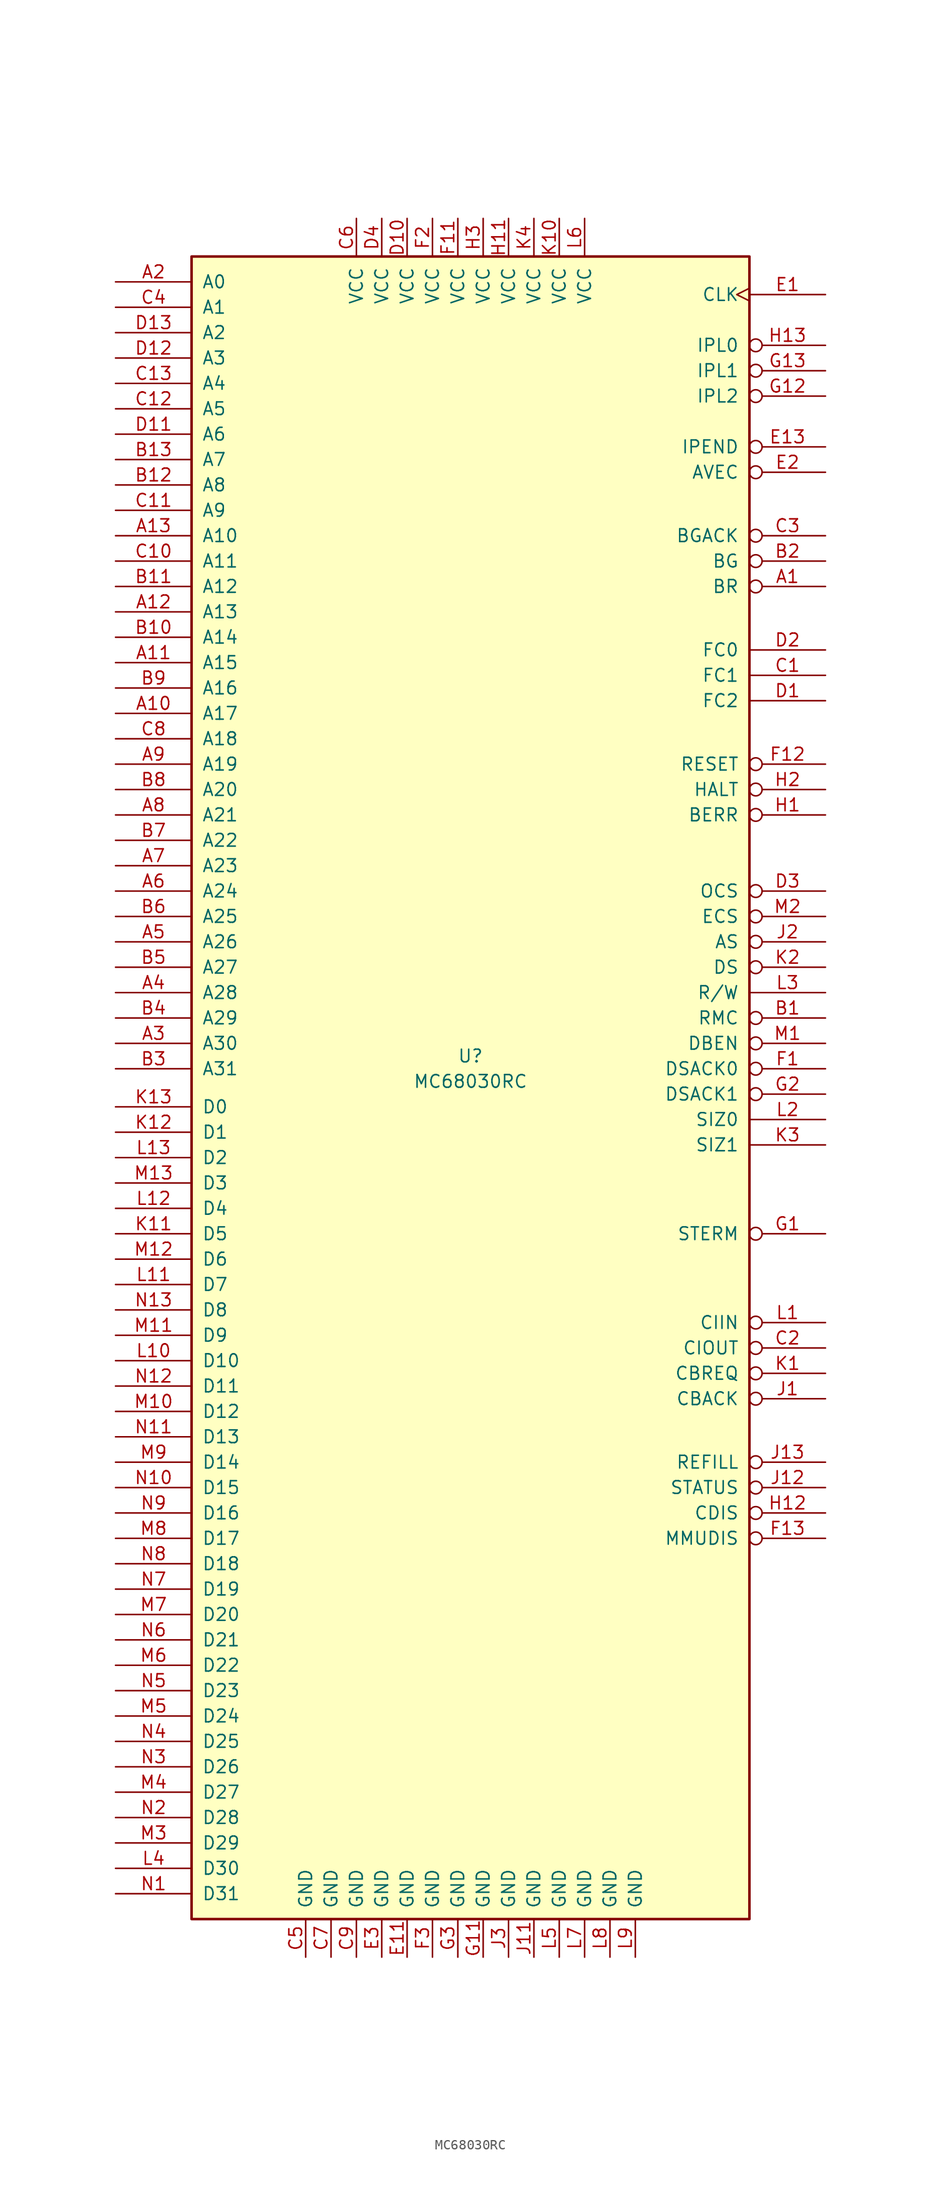
<source format=kicad_sym>
(kicad_symbol_lib
  (version 20231120)
  (generator "kicad_symbol_editor")
  (generator_version "8.0")
  (symbol "MC68030RC"
    (pin_names
      (offset 1.016))
    (property "Reference" "U"
      (at 0 2.54 0)
      (effects (font (size 1.27 1.27))))
    (property "Value" "MC68030RC"
      (at 0 0 0)
      (effects (font (size 1.27 1.27))))
    (symbol "MC68030RC_1_1"
      (rectangle (start -27.94 82.55) (end 27.94 -83.82) (stroke (width 0.254) (type default)) (fill (type background)))
      (pin input inverted (at 35.56 49.53 180) (length 7.62) (name "BR" (effects (font (size 1.27 1.27)))) (number "A1" (effects (font (size 1.27 1.27)))))
      (pin output line (at -35.56 36.83 0) (length 7.62) (name "A17" (effects (font (size 1.27 1.27)))) (number "A10" (effects (font (size 1.27 1.27)))))
      (pin output line (at -35.56 41.91 0) (length 7.62) (name "A15" (effects (font (size 1.27 1.27)))) (number "A11" (effects (font (size 1.27 1.27)))))
      (pin output line (at -35.56 46.99 0) (length 7.62) (name "A13" (effects (font (size 1.27 1.27)))) (number "A12" (effects (font (size 1.27 1.27)))))
      (pin output line (at -35.56 54.61 0) (length 7.62) (name "A10" (effects (font (size 1.27 1.27)))) (number "A13" (effects (font (size 1.27 1.27)))))
      (pin output line (at -35.56 80.01 0) (length 7.62) (name "A0" (effects (font (size 1.27 1.27)))) (number "A2" (effects (font (size 1.27 1.27)))))
      (pin output line (at -35.56 3.81 0) (length 7.62) (name "A30" (effects (font (size 1.27 1.27)))) (number "A3" (effects (font (size 1.27 1.27)))))
      (pin output line (at -35.56 8.89 0) (length 7.62) (name "A28" (effects (font (size 1.27 1.27)))) (number "A4" (effects (font (size 1.27 1.27)))))
      (pin output line (at -35.56 13.97 0) (length 7.62) (name "A26" (effects (font (size 1.27 1.27)))) (number "A5" (effects (font (size 1.27 1.27)))))
      (pin output line (at -35.56 19.05 0) (length 7.62) (name "A24" (effects (font (size 1.27 1.27)))) (number "A6" (effects (font (size 1.27 1.27)))))
      (pin output line (at -35.56 21.59 0) (length 7.62) (name "A23" (effects (font (size 1.27 1.27)))) (number "A7" (effects (font (size 1.27 1.27)))))
      (pin output line (at -35.56 26.67 0) (length 7.62) (name "A21" (effects (font (size 1.27 1.27)))) (number "A8" (effects (font (size 1.27 1.27)))))
      (pin output line (at -35.56 31.75 0) (length 7.62) (name "A19" (effects (font (size 1.27 1.27)))) (number "A9" (effects (font (size 1.27 1.27)))))
      (pin output inverted (at 35.56 6.35 180) (length 7.62) (name "RMC" (effects (font (size 1.27 1.27)))) (number "B1" (effects (font (size 1.27 1.27)))))
      (pin output line (at -35.56 44.45 0) (length 7.62) (name "A14" (effects (font (size 1.27 1.27)))) (number "B10" (effects (font (size 1.27 1.27)))))
      (pin output line (at -35.56 49.53 0) (length 7.62) (name "A12" (effects (font (size 1.27 1.27)))) (number "B11" (effects (font (size 1.27 1.27)))))
      (pin output line (at -35.56 59.69 0) (length 7.62) (name "A8" (effects (font (size 1.27 1.27)))) (number "B12" (effects (font (size 1.27 1.27)))))
      (pin output line (at -35.56 62.23 0) (length 7.62) (name "A7" (effects (font (size 1.27 1.27)))) (number "B13" (effects (font (size 1.27 1.27)))))
      (pin output inverted (at 35.56 52.07 180) (length 7.62) (name "BG" (effects (font (size 1.27 1.27)))) (number "B2" (effects (font (size 1.27 1.27)))))
      (pin output line (at -35.56 1.27 0) (length 7.62) (name "A31" (effects (font (size 1.27 1.27)))) (number "B3" (effects (font (size 1.27 1.27)))))
      (pin output line (at -35.56 6.35 0) (length 7.62) (name "A29" (effects (font (size 1.27 1.27)))) (number "B4" (effects (font (size 1.27 1.27)))))
      (pin output line (at -35.56 11.43 0) (length 7.62) (name "A27" (effects (font (size 1.27 1.27)))) (number "B5" (effects (font (size 1.27 1.27)))))
      (pin output line (at -35.56 16.51 0) (length 7.62) (name "A25" (effects (font (size 1.27 1.27)))) (number "B6" (effects (font (size 1.27 1.27)))))
      (pin output line (at -35.56 24.13 0) (length 7.62) (name "A22" (effects (font (size 1.27 1.27)))) (number "B7" (effects (font (size 1.27 1.27)))))
      (pin output line (at -35.56 29.21 0) (length 7.62) (name "A20" (effects (font (size 1.27 1.27)))) (number "B8" (effects (font (size 1.27 1.27)))))
      (pin output line (at -35.56 39.37 0) (length 7.62) (name "A16" (effects (font (size 1.27 1.27)))) (number "B9" (effects (font (size 1.27 1.27)))))
      (pin output line (at 35.56 40.64 180) (length 7.62) (name "FC1" (effects (font (size 1.27 1.27)))) (number "C1" (effects (font (size 1.27 1.27)))))
      (pin output line (at -35.56 52.07 0) (length 7.62) (name "A11" (effects (font (size 1.27 1.27)))) (number "C10" (effects (font (size 1.27 1.27)))))
      (pin output line (at -35.56 57.15 0) (length 7.62) (name "A9" (effects (font (size 1.27 1.27)))) (number "C11" (effects (font (size 1.27 1.27)))))
      (pin output line (at -35.56 67.31 0) (length 7.62) (name "A5" (effects (font (size 1.27 1.27)))) (number "C12" (effects (font (size 1.27 1.27)))))
      (pin output line (at -35.56 69.85 0) (length 7.62) (name "A4" (effects (font (size 1.27 1.27)))) (number "C13" (effects (font (size 1.27 1.27)))))
      (pin output inverted (at 35.56 -26.67 180) (length 7.62) (name "CIOUT" (effects (font (size 1.27 1.27)))) (number "C2" (effects (font (size 1.27 1.27)))))
      (pin input inverted (at 35.56 54.61 180) (length 7.62) (name "BGACK" (effects (font (size 1.27 1.27)))) (number "C3" (effects (font (size 1.27 1.27)))))
      (pin output line (at -35.56 77.47 0) (length 7.62) (name "A1" (effects (font (size 1.27 1.27)))) (number "C4" (effects (font (size 1.27 1.27)))))
      (pin power_in line (at -16.51 -87.63 90) (length 3.81) (name "GND" (effects (font (size 1.27 1.27)))) (number "C5" (effects (font (size 1.27 1.27)))))
      (pin power_in line (at -11.43 86.36 270) (length 3.81) (name "VCC" (effects (font (size 1.27 1.27)))) (number "C6" (effects (font (size 1.27 1.27)))))
      (pin power_in line (at -13.97 -87.63 90) (length 3.81) (name "GND" (effects (font (size 1.27 1.27)))) (number "C7" (effects (font (size 1.27 1.27)))))
      (pin output line (at -35.56 34.29 0) (length 7.62) (name "A18" (effects (font (size 1.27 1.27)))) (number "C8" (effects (font (size 1.27 1.27)))))
      (pin power_in line (at -11.43 -87.63 90) (length 3.81) (name "GND" (effects (font (size 1.27 1.27)))) (number "C9" (effects (font (size 1.27 1.27)))))
      (pin output line (at 35.56 38.1 180) (length 7.62) (name "FC2" (effects (font (size 1.27 1.27)))) (number "D1" (effects (font (size 1.27 1.27)))))
      (pin power_in line (at -6.35 86.36 270) (length 3.81) (name "VCC" (effects (font (size 1.27 1.27)))) (number "D10" (effects (font (size 1.27 1.27)))))
      (pin output line (at -35.56 64.77 0) (length 7.62) (name "A6" (effects (font (size 1.27 1.27)))) (number "D11" (effects (font (size 1.27 1.27)))))
      (pin output line (at -35.56 72.39 0) (length 7.62) (name "A3" (effects (font (size 1.27 1.27)))) (number "D12" (effects (font (size 1.27 1.27)))))
      (pin output line (at -35.56 74.93 0) (length 7.62) (name "A2" (effects (font (size 1.27 1.27)))) (number "D13" (effects (font (size 1.27 1.27)))))
      (pin output line (at 35.56 43.18 180) (length 7.62) (name "FC0" (effects (font (size 1.27 1.27)))) (number "D2" (effects (font (size 1.27 1.27)))))
      (pin input inverted (at 35.56 19.05 180) (length 7.62) (name "OCS" (effects (font (size 1.27 1.27)))) (number "D3" (effects (font (size 1.27 1.27)))))
      (pin power_in line (at -8.89 86.36 270) (length 3.81) (name "VCC" (effects (font (size 1.27 1.27)))) (number "D4" (effects (font (size 1.27 1.27)))))
      (pin no_connect line (at 27.94 -54.61 180) (length 0) hide (name "NC" (effects (font (size 1.27 1.27)))) (number "D5" (effects (font (size 1.27 1.27)))))
      (pin input clock (at 35.56 78.74 180) (length 7.62) (name "CLK" (effects (font (size 1.27 1.27)))) (number "E1" (effects (font (size 1.27 1.27)))))
      (pin power_in line (at -6.35 -87.63 90) (length 3.81) (name "GND" (effects (font (size 1.27 1.27)))) (number "E11" (effects (font (size 1.27 1.27)))))
      (pin no_connect line (at 27.94 -57.15 180) (length 0) hide (name "NC" (effects (font (size 1.27 1.27)))) (number "E12" (effects (font (size 1.27 1.27)))))
      (pin output inverted (at 35.56 63.5 180) (length 7.62) (name "IPEND" (effects (font (size 1.27 1.27)))) (number "E13" (effects (font (size 1.27 1.27)))))
      (pin input inverted (at 35.56 60.96 180) (length 7.62) (name "AVEC" (effects (font (size 1.27 1.27)))) (number "E2" (effects (font (size 1.27 1.27)))))
      (pin power_in line (at -8.89 -87.63 90) (length 3.81) (name "GND" (effects (font (size 1.27 1.27)))) (number "E3" (effects (font (size 1.27 1.27)))))
      (pin input inverted (at 35.56 1.27 180) (length 7.62) (name "DSACK0" (effects (font (size 1.27 1.27)))) (number "F1" (effects (font (size 1.27 1.27)))))
      (pin no_connect line (at 27.94 -62.23 180) (length 0) hide (name "NC" (effects (font (size 1.27 1.27)))) (number "F10" (effects (font (size 1.27 1.27)))))
      (pin power_in line (at -1.27 86.36 270) (length 3.81) (name "VCC" (effects (font (size 1.27 1.27)))) (number "F11" (effects (font (size 1.27 1.27)))))
      (pin bidirectional inverted (at 35.56 31.75 180) (length 7.62) (name "RESET" (effects (font (size 1.27 1.27)))) (number "F12" (effects (font (size 1.27 1.27)))))
      (pin input inverted (at 35.56 -45.72 180) (length 7.62) (name "MMUDIS" (effects (font (size 1.27 1.27)))) (number "F13" (effects (font (size 1.27 1.27)))))
      (pin power_in line (at -3.81 86.36 270) (length 3.81) (name "VCC" (effects (font (size 1.27 1.27)))) (number "F2" (effects (font (size 1.27 1.27)))))
      (pin power_in line (at -3.81 -87.63 90) (length 3.81) (name "GND" (effects (font (size 1.27 1.27)))) (number "F3" (effects (font (size 1.27 1.27)))))
      (pin no_connect line (at 27.94 -59.69 180) (length 0) hide (name "NC" (effects (font (size 1.27 1.27)))) (number "F4" (effects (font (size 1.27 1.27)))))
      (pin input inverted (at 35.56 -15.24 180) (length 7.62) (name "STERM" (effects (font (size 1.27 1.27)))) (number "G1" (effects (font (size 1.27 1.27)))))
      (pin power_in line (at 1.27 -87.63 90) (length 3.81) (name "GND" (effects (font (size 1.27 1.27)))) (number "G11" (effects (font (size 1.27 1.27)))))
      (pin input inverted (at 35.56 68.58 180) (length 7.62) (name "IPL2" (effects (font (size 1.27 1.27)))) (number "G12" (effects (font (size 1.27 1.27)))))
      (pin input inverted (at 35.56 71.12 180) (length 7.62) (name "IPL1" (effects (font (size 1.27 1.27)))) (number "G13" (effects (font (size 1.27 1.27)))))
      (pin input inverted (at 35.56 -1.27 180) (length 7.62) (name "DSACK1" (effects (font (size 1.27 1.27)))) (number "G2" (effects (font (size 1.27 1.27)))))
      (pin power_in line (at -1.27 -87.63 90) (length 3.81) (name "GND" (effects (font (size 1.27 1.27)))) (number "G3" (effects (font (size 1.27 1.27)))))
      (pin input inverted (at 35.56 26.67 180) (length 7.62) (name "BERR" (effects (font (size 1.27 1.27)))) (number "H1" (effects (font (size 1.27 1.27)))))
      (pin power_in line (at 3.81 86.36 270) (length 3.81) (name "VCC" (effects (font (size 1.27 1.27)))) (number "H11" (effects (font (size 1.27 1.27)))))
      (pin input inverted (at 35.56 -43.18 180) (length 7.62) (name "CDIS" (effects (font (size 1.27 1.27)))) (number "H12" (effects (font (size 1.27 1.27)))))
      (pin input inverted (at 35.56 73.66 180) (length 7.62) (name "IPL0" (effects (font (size 1.27 1.27)))) (number "H13" (effects (font (size 1.27 1.27)))))
      (pin input inverted (at 35.56 29.21 180) (length 7.62) (name "HALT" (effects (font (size 1.27 1.27)))) (number "H2" (effects (font (size 1.27 1.27)))))
      (pin power_in line (at 1.27 86.36 270) (length 3.81) (name "VCC" (effects (font (size 1.27 1.27)))) (number "H3" (effects (font (size 1.27 1.27)))))
      (pin input inverted (at 35.56 -31.75 180) (length 7.62) (name "CBACK" (effects (font (size 1.27 1.27)))) (number "J1" (effects (font (size 1.27 1.27)))))
      (pin power_in line (at 6.35 -87.63 90) (length 3.81) (name "GND" (effects (font (size 1.27 1.27)))) (number "J11" (effects (font (size 1.27 1.27)))))
      (pin output inverted (at 35.56 -40.64 180) (length 7.62) (name "STATUS" (effects (font (size 1.27 1.27)))) (number "J12" (effects (font (size 1.27 1.27)))))
      (pin output inverted (at 35.56 -38.1 180) (length 7.62) (name "REFILL" (effects (font (size 1.27 1.27)))) (number "J13" (effects (font (size 1.27 1.27)))))
      (pin output inverted (at 35.56 13.97 180) (length 7.62) (name "AS" (effects (font (size 1.27 1.27)))) (number "J2" (effects (font (size 1.27 1.27)))))
      (pin power_in line (at 3.81 -87.63 90) (length 3.81) (name "GND" (effects (font (size 1.27 1.27)))) (number "J3" (effects (font (size 1.27 1.27)))))
      (pin output inverted (at 35.56 -29.21 180) (length 7.62) (name "CBREQ" (effects (font (size 1.27 1.27)))) (number "K1" (effects (font (size 1.27 1.27)))))
      (pin power_in line (at 8.89 86.36 270) (length 3.81) (name "VCC" (effects (font (size 1.27 1.27)))) (number "K10" (effects (font (size 1.27 1.27)))))
      (pin bidirectional line (at -35.56 -15.24 0) (length 7.62) (name "D5" (effects (font (size 1.27 1.27)))) (number "K11" (effects (font (size 1.27 1.27)))))
      (pin bidirectional line (at -35.56 -5.08 0) (length 7.62) (name "D1" (effects (font (size 1.27 1.27)))) (number "K12" (effects (font (size 1.27 1.27)))))
      (pin bidirectional line (at -35.56 -2.54 0) (length 7.62) (name "D0" (effects (font (size 1.27 1.27)))) (number "K13" (effects (font (size 1.27 1.27)))))
      (pin output inverted (at 35.56 11.43 180) (length 7.62) (name "DS" (effects (font (size 1.27 1.27)))) (number "K2" (effects (font (size 1.27 1.27)))))
      (pin output line (at 35.56 -6.35 180) (length 7.62) (name "SIZ1" (effects (font (size 1.27 1.27)))) (number "K3" (effects (font (size 1.27 1.27)))))
      (pin power_in line (at 6.35 86.36 270) (length 3.81) (name "VCC" (effects (font (size 1.27 1.27)))) (number "K4" (effects (font (size 1.27 1.27)))))
      (pin no_connect line (at 27.94 -64.77 180) (length 0) hide (name "NC" (effects (font (size 1.27 1.27)))) (number "K5" (effects (font (size 1.27 1.27)))))
      (pin input inverted (at 35.56 -24.13 180) (length 7.62) (name "CIIN" (effects (font (size 1.27 1.27)))) (number "L1" (effects (font (size 1.27 1.27)))))
      (pin bidirectional line (at -35.56 -27.94 0) (length 7.62) (name "D10" (effects (font (size 1.27 1.27)))) (number "L10" (effects (font (size 1.27 1.27)))))
      (pin bidirectional line (at -35.56 -20.32 0) (length 7.62) (name "D7" (effects (font (size 1.27 1.27)))) (number "L11" (effects (font (size 1.27 1.27)))))
      (pin bidirectional line (at -35.56 -12.7 0) (length 7.62) (name "D4" (effects (font (size 1.27 1.27)))) (number "L12" (effects (font (size 1.27 1.27)))))
      (pin bidirectional line (at -35.56 -7.62 0) (length 7.62) (name "D2" (effects (font (size 1.27 1.27)))) (number "L13" (effects (font (size 1.27 1.27)))))
      (pin output line (at 35.56 -3.81 180) (length 7.62) (name "SIZ0" (effects (font (size 1.27 1.27)))) (number "L2" (effects (font (size 1.27 1.27)))))
      (pin output line (at 35.56 8.89 180) (length 7.62) (name "R/W" (effects (font (size 1.27 1.27)))) (number "L3" (effects (font (size 1.27 1.27)))))
      (pin bidirectional line (at -35.56 -78.74 0) (length 7.62) (name "D30" (effects (font (size 1.27 1.27)))) (number "L4" (effects (font (size 1.27 1.27)))))
      (pin power_in line (at 8.89 -87.63 90) (length 3.81) (name "GND" (effects (font (size 1.27 1.27)))) (number "L5" (effects (font (size 1.27 1.27)))))
      (pin power_in line (at 11.43 86.36 270) (length 3.81) (name "VCC" (effects (font (size 1.27 1.27)))) (number "L6" (effects (font (size 1.27 1.27)))))
      (pin power_in line (at 11.43 -87.63 90) (length 3.81) (name "GND" (effects (font (size 1.27 1.27)))) (number "L7" (effects (font (size 1.27 1.27)))))
      (pin power_in line (at 13.97 -87.63 90) (length 3.81) (name "GND" (effects (font (size 1.27 1.27)))) (number "L8" (effects (font (size 1.27 1.27)))))
      (pin power_in line (at 16.51 -87.63 90) (length 3.81) (name "GND" (effects (font (size 1.27 1.27)))) (number "L9" (effects (font (size 1.27 1.27)))))
      (pin output inverted (at 35.56 3.81 180) (length 7.62) (name "DBEN" (effects (font (size 1.27 1.27)))) (number "M1" (effects (font (size 1.27 1.27)))))
      (pin bidirectional line (at -35.56 -33.02 0) (length 7.62) (name "D12" (effects (font (size 1.27 1.27)))) (number "M10" (effects (font (size 1.27 1.27)))))
      (pin bidirectional line (at -35.56 -25.4 0) (length 7.62) (name "D9" (effects (font (size 1.27 1.27)))) (number "M11" (effects (font (size 1.27 1.27)))))
      (pin bidirectional line (at -35.56 -17.78 0) (length 7.62) (name "D6" (effects (font (size 1.27 1.27)))) (number "M12" (effects (font (size 1.27 1.27)))))
      (pin bidirectional line (at -35.56 -10.16 0) (length 7.62) (name "D3" (effects (font (size 1.27 1.27)))) (number "M13" (effects (font (size 1.27 1.27)))))
      (pin output inverted (at 35.56 16.51 180) (length 7.62) (name "ECS" (effects (font (size 1.27 1.27)))) (number "M2" (effects (font (size 1.27 1.27)))))
      (pin bidirectional line (at -35.56 -76.2 0) (length 7.62) (name "D29" (effects (font (size 1.27 1.27)))) (number "M3" (effects (font (size 1.27 1.27)))))
      (pin bidirectional line (at -35.56 -71.12 0) (length 7.62) (name "D27" (effects (font (size 1.27 1.27)))) (number "M4" (effects (font (size 1.27 1.27)))))
      (pin bidirectional line (at -35.56 -63.5 0) (length 7.62) (name "D24" (effects (font (size 1.27 1.27)))) (number "M5" (effects (font (size 1.27 1.27)))))
      (pin bidirectional line (at -35.56 -58.42 0) (length 7.62) (name "D22" (effects (font (size 1.27 1.27)))) (number "M6" (effects (font (size 1.27 1.27)))))
      (pin bidirectional line (at -35.56 -53.34 0) (length 7.62) (name "D20" (effects (font (size 1.27 1.27)))) (number "M7" (effects (font (size 1.27 1.27)))))
      (pin bidirectional line (at -35.56 -45.72 0) (length 7.62) (name "D17" (effects (font (size 1.27 1.27)))) (number "M8" (effects (font (size 1.27 1.27)))))
      (pin bidirectional line (at -35.56 -38.1 0) (length 7.62) (name "D14" (effects (font (size 1.27 1.27)))) (number "M9" (effects (font (size 1.27 1.27)))))
      (pin bidirectional line (at -35.56 -81.28 0) (length 7.62) (name "D31" (effects (font (size 1.27 1.27)))) (number "N1" (effects (font (size 1.27 1.27)))))
      (pin bidirectional line (at -35.56 -40.64 0) (length 7.62) (name "D15" (effects (font (size 1.27 1.27)))) (number "N10" (effects (font (size 1.27 1.27)))))
      (pin bidirectional line (at -35.56 -35.56 0) (length 7.62) (name "D13" (effects (font (size 1.27 1.27)))) (number "N11" (effects (font (size 1.27 1.27)))))
      (pin bidirectional line (at -35.56 -30.48 0) (length 7.62) (name "D11" (effects (font (size 1.27 1.27)))) (number "N12" (effects (font (size 1.27 1.27)))))
      (pin bidirectional line (at -35.56 -22.86 0) (length 7.62) (name "D8" (effects (font (size 1.27 1.27)))) (number "N13" (effects (font (size 1.27 1.27)))))
      (pin bidirectional line (at -35.56 -73.66 0) (length 7.62) (name "D28" (effects (font (size 1.27 1.27)))) (number "N2" (effects (font (size 1.27 1.27)))))
      (pin bidirectional line (at -35.56 -68.58 0) (length 7.62) (name "D26" (effects (font (size 1.27 1.27)))) (number "N3" (effects (font (size 1.27 1.27)))))
      (pin bidirectional line (at -35.56 -66.04 0) (length 7.62) (name "D25" (effects (font (size 1.27 1.27)))) (number "N4" (effects (font (size 1.27 1.27)))))
      (pin bidirectional line (at -35.56 -60.96 0) (length 7.62) (name "D23" (effects (font (size 1.27 1.27)))) (number "N5" (effects (font (size 1.27 1.27)))))
      (pin bidirectional line (at -35.56 -55.88 0) (length 7.62) (name "D21" (effects (font (size 1.27 1.27)))) (number "N6" (effects (font (size 1.27 1.27)))))
      (pin bidirectional line (at -35.56 -50.8 0) (length 7.62) (name "D19" (effects (font (size 1.27 1.27)))) (number "N7" (effects (font (size 1.27 1.27)))))
      (pin bidirectional line (at -35.56 -48.26 0) (length 7.62) (name "D18" (effects (font (size 1.27 1.27)))) (number "N8" (effects (font (size 1.27 1.27)))))
      (pin bidirectional line (at -35.56 -43.18 0) (length 7.62) (name "D16" (effects (font (size 1.27 1.27)))) (number "N9" (effects (font (size 1.27 1.27))))))))
</source>
